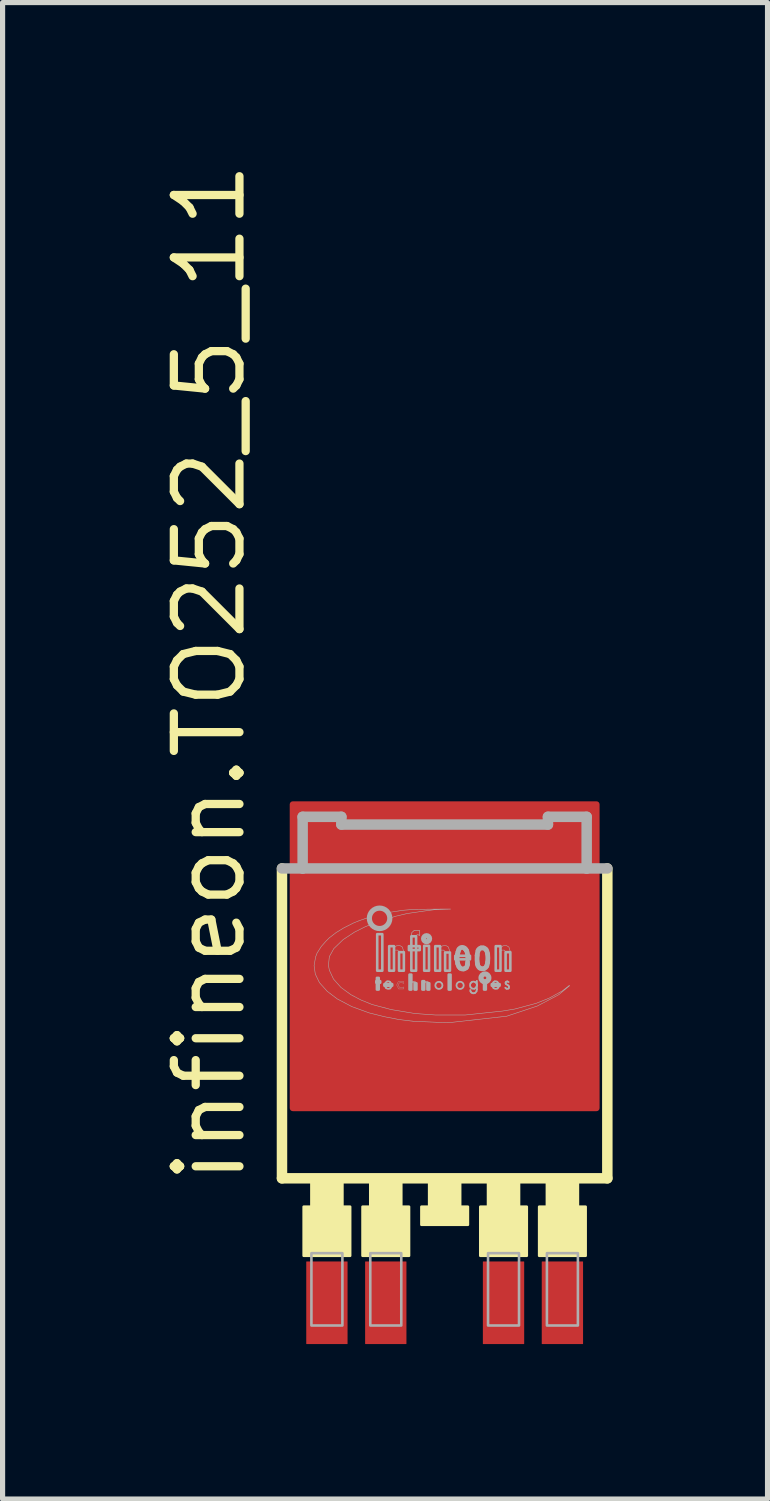
<source format=kicad_pcb>
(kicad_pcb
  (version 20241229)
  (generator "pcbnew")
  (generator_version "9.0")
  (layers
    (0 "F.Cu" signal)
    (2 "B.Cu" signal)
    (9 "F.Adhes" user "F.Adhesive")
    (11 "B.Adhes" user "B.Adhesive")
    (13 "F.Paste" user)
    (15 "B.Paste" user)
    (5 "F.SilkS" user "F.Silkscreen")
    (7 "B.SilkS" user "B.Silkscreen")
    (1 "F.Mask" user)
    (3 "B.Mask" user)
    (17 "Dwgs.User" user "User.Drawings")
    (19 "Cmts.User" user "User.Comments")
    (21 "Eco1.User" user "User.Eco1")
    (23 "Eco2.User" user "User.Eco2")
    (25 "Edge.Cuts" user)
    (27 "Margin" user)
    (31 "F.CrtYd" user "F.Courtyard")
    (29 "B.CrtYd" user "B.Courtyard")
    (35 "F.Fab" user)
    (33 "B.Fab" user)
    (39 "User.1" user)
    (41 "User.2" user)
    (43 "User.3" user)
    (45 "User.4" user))
  (footprint "infineon.TO252_5_11"
    (layer "F.Cu")
    (at 5.56 16.766)
    (property "Reference" "infineon.TO252_5_11" (at -3.81 3.175 90) (layer "F.SilkS") (effects (font (size 1.27 1.27) (thickness 0.16)) (justify left bottom)))
    (attr smd)
    (fp_line (start -3.15 3) (end -3.15 -3) (stroke (width 0.203) (type default)) (layer "F.SilkS"))
    (fp_line (start 3.15 -3) (end 3.15 3) (stroke (width 0.203) (type default)) (layer "F.SilkS"))
    (fp_line (start 3.15 3) (end -3.15 3) (stroke (width 0.203) (type default)) (layer "F.SilkS"))
    (fp_rect (start -2.73 4.5) (end -1.83 3.55) (stroke (width 0.05) (type default)) (fill yes) (layer "F.SilkS"))
    (fp_rect (start -2.58 3.85) (end -1.98 3.05) (stroke (width 0.05) (type default)) (fill yes) (layer "F.SilkS"))
    (fp_rect (start -1.59 4.5) (end -0.69 3.55) (stroke (width 0.05) (type default)) (fill yes) (layer "F.SilkS"))
    (fp_rect (start -1.44 3.85) (end -0.84 3.05) (stroke (width 0.05) (type default)) (fill yes) (layer "F.SilkS"))
    (fp_rect (start -0.45 3.9) (end 0.45 3.55) (stroke (width 0.05) (type default)) (fill yes) (layer "F.SilkS"))
    (fp_rect (start -0.3 3.85) (end 0.3 3.05) (stroke (width 0.05) (type default)) (fill yes) (layer "F.SilkS"))
    (fp_rect (start 0.69 4.5) (end 1.59 3.55) (stroke (width 0.05) (type default)) (fill yes) (layer "F.SilkS"))
    (fp_rect (start 0.84 3.85) (end 1.44 3.05) (stroke (width 0.05) (type default)) (fill yes) (layer "F.SilkS"))
    (fp_rect (start 1.83 4.5) (end 2.73 3.55) (stroke (width 0.05) (type default)) (fill yes) (layer "F.SilkS"))
    (fp_rect (start 1.98 3.85) (end 2.58 3.05) (stroke (width 0.05) (type default)) (fill yes) (layer "F.SilkS"))
    (fp_line (start -3.15 -3) (end -2.75 -3) (stroke (width 0.203) (type default)) (layer "F.Fab"))
    (fp_line (start -2.75 -4) (end -2 -4) (stroke (width 0.203) (type default)) (layer "F.Fab"))
    (fp_line (start -2.75 -3) (end -2.75 -4) (stroke (width 0.203) (type default)) (layer "F.Fab"))
    (fp_line (start -2.75 -3) (end 2.75 -3) (stroke (width 0.203) (type default)) (layer "F.Fab"))
    (fp_line (start -2 -4) (end -2 -3.85) (stroke (width 0.203) (type default)) (layer "F.Fab"))
    (fp_line (start -2 -3.85) (end 2 -3.85) (stroke (width 0.203) (type default)) (layer "F.Fab"))
    (fp_line (start -1.034 -0.753) (end -1.034 -0.759) (stroke (width 0.035) (type default)) (layer "F.Fab"))
    (fp_line (start 0.444 -1.292) (end 0.444 -1.315) (stroke (width 0.093) (type default)) (layer "F.Fab"))
    (fp_line (start 1.046 -0.753) (end 1.046 -0.759) (stroke (width 0.035) (type default)) (layer "F.Fab"))
    (fp_line (start 2 -4) (end 2.75 -4) (stroke (width 0.203) (type default)) (layer "F.Fab"))
    (fp_line (start 2 -3.85) (end 2 -4) (stroke (width 0.203) (type default)) (layer "F.Fab"))
    (fp_line (start 2.75 -4) (end 2.75 -3) (stroke (width 0.203) (type default)) (layer "F.Fab"))
    (fp_line (start 2.75 -3) (end 3.15 -3) (stroke (width 0.203) (type default)) (layer "F.Fab"))
    (fp_rect (start -2.58 5.85) (end -1.98 4.45) (stroke (width 0.05) (type default)) (fill no) (layer "F.Fab"))
    (fp_rect (start -1.44 5.85) (end -0.84 4.45) (stroke (width 0.05) (type default)) (fill no) (layer "F.Fab"))
    (fp_rect (start -1.323 -0.788) (end -1.248 -0.817) (stroke (width 0.05) (type default)) (fill no) (layer "F.Fab"))
    (fp_rect (start -1.312 -0.655) (end -1.277 -0.881) (stroke (width 0.05) (type default)) (fill no) (layer "F.Fab"))
    (fp_rect (start -1.306 -1.02) (end -1.207 -1.727) (stroke (width 0.05) (type default)) (fill no) (layer "F.Fab"))
    (fp_rect (start -1.167 -0.73) (end -1.016 -0.759) (stroke (width 0.05) (type default)) (fill no) (layer "F.Fab"))
    (fp_rect (start -1.074 -1.02) (end -0.981 -1.495) (stroke (width 0.05) (type default)) (fill no) (layer "F.Fab"))
    (fp_rect (start -0.883 -1.02) (end -0.79 -1.379) (stroke (width 0.05) (type default)) (fill no) (layer "F.Fab"))
    (fp_rect (start -0.692 -1.419) (end -0.483 -1.495) (stroke (width 0.05) (type default)) (fill no) (layer "F.Fab"))
    (fp_rect (start -0.68 -0.655) (end -0.645 -0.944) (stroke (width 0.05) (type default)) (fill no) (layer "F.Fab"))
    (fp_rect (start -0.645 -1.02) (end -0.553 -1.686) (stroke (width 0.05) (type default)) (fill no) (layer "F.Fab"))
    (fp_rect (start -0.582 -0.655) (end -0.547 -0.776) (stroke (width 0.05) (type default)) (fill no) (layer "F.Fab"))
    (fp_rect (start -0.431 -0.655) (end -0.396 -0.817) (stroke (width 0.05) (type default)) (fill no) (layer "F.Fab"))
    (fp_rect (start -0.396 -1.02) (end -0.303 -1.501) (stroke (width 0.05) (type default)) (fill no) (layer "F.Fab"))
    (fp_rect (start -0.333 -0.655) (end -0.298 -0.776) (stroke (width 0.05) (type default)) (fill no) (layer "F.Fab"))
    (fp_rect (start -0.182 -1.02) (end -0.089 -1.495) (stroke (width 0.05) (type default)) (fill no) (layer "F.Fab"))
    (fp_rect (start 0.009 -1.02) (end 0.102 -1.373) (stroke (width 0.05) (type default)) (fill no) (layer "F.Fab"))
    (fp_rect (start 0.079 -0.655) (end 0.114 -0.944) (stroke (width 0.05) (type default)) (fill no) (layer "F.Fab"))
    (fp_rect (start 0.206 -1.24) (end 0.49 -1.309) (stroke (width 0.05) (type default)) (fill no) (layer "F.Fab"))
    (fp_rect (start 0.763 -0.655) (end 0.797 -0.823) (stroke (width 0.05) (type default)) (fill no) (layer "F.Fab"))
    (fp_rect (start 0.84 5.85) (end 1.44 4.45) (stroke (width 0.05) (type default)) (fill no) (layer "F.Fab"))
    (fp_rect (start 0.913 -0.73) (end 1.064 -0.759) (stroke (width 0.05) (type default)) (fill no) (layer "F.Fab"))
    (fp_rect (start 0.989 -1.02) (end 1.081 -1.495) (stroke (width 0.05) (type default)) (fill no) (layer "F.Fab"))
    (fp_rect (start 1.18 -1.02) (end 1.272 -1.379) (stroke (width 0.05) (type default)) (fill no) (layer "F.Fab"))
    (fp_rect (start 1.98 5.85) (end 2.58 4.45) (stroke (width 0.05) (type default)) (fill no) (layer "F.Fab"))
    (fp_arc (start -1.1552 -0.759) (mid -1.141871 -0.79047) (end -1.1147 -0.8112) (stroke (width 0.0346) (type default)) (layer "F.Fab"))
    (fp_arc (start -1.1552 -0.73) (mid -1.15523 -0.7445) (end -1.1552 -0.759) (stroke (width 0.0346) (type default)) (layer "F.Fab"))
    (fp_arc (start -1.1321 -0.6837) (mid -1.148343 -0.704509) (end -1.1552 -0.73) (stroke (width 0.0346) (type default)) (layer "F.Fab"))
    (fp_arc (start -1.1147 -0.8112) (mid -1.087882 -0.814759) (end -1.0625 -0.8054) (stroke (width 0.0346) (type default)) (layer "F.Fab"))
    (fp_arc (start -1.0625 -0.8054) (mid -1.043249 -0.785191) (end -1.0336 -0.759) (stroke (width 0.0346) (type default)) (layer "F.Fab"))
    (fp_arc (start -1.0567 -0.6779) (mid -1.095304 -0.669049) (end -1.1321 -0.6837) (stroke (width 0.0346) (type default)) (layer "F.Fab"))
    (fp_arc (start -1.0336 -0.7069) (mid -1.043675 -0.691225) (end -1.0567 -0.6779) (stroke (width 0.0346) (type default)) (layer "F.Fab"))
    (fp_arc (start 0.2469 -1.3326) (mid 0.251908 -1.358876) (end 0.2585 -1.3848) (stroke (width 0.0926) (type default)) (layer "F.Fab"))
    (fp_arc (start 0.2527 -1.1588) (mid 0.241453 -1.245421) (end 0.2469 -1.3326) (stroke (width 0.0926) (type default)) (layer "F.Fab"))
    (fp_arc (start 0.2585 -1.3848) (mid 0.266268 -1.4083) (end 0.2759 -1.4311) (stroke (width 0.0926) (type default)) (layer "F.Fab"))
    (fp_arc (start 0.2759 -1.4311) (mid 0.325185 -1.470061) (end 0.386 -1.4543) (stroke (width 0.0926) (type default)) (layer "F.Fab"))
    (fp_arc (start 0.2759 -1.1009) (mid 0.262035 -1.128943) (end 0.2527 -1.1588) (stroke (width 0.0926) (type default)) (layer "F.Fab"))
    (fp_arc (start 0.2991 -1.0719) (mid 0.286496 -1.085597) (end 0.2759 -1.1009) (stroke (width 0.0926) (type default)) (layer "F.Fab"))
    (fp_arc (start 0.3686 -1.0545) (mid 0.331865 -1.055273) (end 0.2991 -1.0719) (stroke (width 0.0926) (type default)) (layer "F.Fab"))
    (fp_arc (start 0.386 -1.4543) (mid 0.397956 -1.443104) (end 0.4091 -1.4311) (stroke (width 0.0926) (type default)) (layer "F.Fab"))
    (fp_arc (start 0.4091 -1.4311) (mid 0.415442 -1.422761) (end 0.4207 -1.4137) (stroke (width 0.0926) (type default)) (layer "F.Fab"))
    (fp_arc (start 0.4193 -1.0805) (mid 0.396497 -1.062533) (end 0.3686 -1.0545) (stroke (width 0.0926) (type default)) (layer "F.Fab"))
    (fp_arc (start 0.4207 -1.4137) (mid 0.438027 -1.365799) (end 0.4439 -1.3152) (stroke (width 0.0926) (type default)) (layer "F.Fab"))
    (fp_arc (start 0.4411 -1.1381) (mid 0.434312 -1.107744) (end 0.4193 -1.0805) (stroke (width 0.0926) (type default)) (layer "F.Fab"))
    (fp_arc (start 0.4439 -1.1936) (mid 0.443489 -1.1658) (end 0.4411 -1.1381) (stroke (width 0.0926) (type default)) (layer "F.Fab"))
    (fp_arc (start 0.5019 -0.7764) (mid 0.511948 -0.789495) (end 0.525 -0.7996) (stroke (width 0.0346) (type default)) (layer "F.Fab"))
    (fp_arc (start 0.5019 -0.7011) (mid 0.491743 -0.73875) (end 0.5019 -0.7764) (stroke (width 0.0346) (type default)) (layer "F.Fab"))
    (fp_arc (start 0.5024 -0.6177) (mid 0.497822 -0.631162) (end 0.4963 -0.6453) (stroke (width 0.0346) (type default)) (layer "F.Fab"))
    (fp_arc (start 0.5192 -0.5968) (mid 0.509483 -0.606191) (end 0.5024 -0.6177) (stroke (width 0.0346) (type default)) (layer "F.Fab"))
    (fp_arc (start 0.525 -0.7996) (mid 0.5569 -0.80825) (end 0.5888 -0.7996) (stroke (width 0.0346) (type default)) (layer "F.Fab"))
    (fp_arc (start 0.525 -0.6779) (mid 0.511948 -0.688005) (end 0.5019 -0.7011) (stroke (width 0.0346) (type default)) (layer "F.Fab"))
    (fp_arc (start 0.55 -0.5834) (mid 0.533744 -0.588133) (end 0.5192 -0.5968) (stroke (width 0.0346) (type default)) (layer "F.Fab"))
    (fp_arc (start 0.5772 -0.6721) (mid 0.550482 -0.669442) (end 0.525 -0.6779) (stroke (width 0.0346) (type default)) (layer "F.Fab"))
    (fp_arc (start 0.5888 -0.7996) (mid 0.597629 -0.794067) (end 0.6061 -0.788) (stroke (width 0.0346) (type default)) (layer "F.Fab"))
    (fp_arc (start 0.5888 -0.591) (mid 0.570105 -0.583602) (end 0.55 -0.5834) (stroke (width 0.0346) (type default)) (layer "F.Fab"))
    (fp_arc (start 0.6061 -0.788) (mid 0.618825 -0.772612) (end 0.6235 -0.7532) (stroke (width 0.0346) (type default)) (layer "F.Fab"))
    (fp_arc (start 0.6119 -0.7011) (mid 0.597402 -0.683188) (end 0.5772 -0.6721) (stroke (width 0.0346) (type default)) (layer "F.Fab"))
    (fp_arc (start 0.6177 -0.6258) (mid 0.606507 -0.605695) (end 0.5888 -0.591) (stroke (width 0.0346) (type default)) (layer "F.Fab"))
    (fp_arc (start 0.6235 -0.8227) (mid 0.623817 -0.77925) (end 0.6235 -0.7358) (stroke (width 0.0346) (type default)) (layer "F.Fab"))
    (fp_arc (start 0.6235 -0.7532) (mid 0.623704 -0.70685) (end 0.6235 -0.6605) (stroke (width 0.0346) (type default)) (layer "F.Fab"))
    (fp_arc (start 0.6235 -0.7358) (mid 0.619124 -0.717974) (end 0.6119 -0.7011) (stroke (width 0.0346) (type default)) (layer "F.Fab"))
    (fp_arc (start 0.6235 -0.6605) (mid 0.621953 -0.642924) (end 0.6177 -0.6258) (stroke (width 0.0346) (type default)) (layer "F.Fab"))
    (fp_arc (start 0.6293 -1.3152) (mid 0.635705 -1.361981) (end 0.6467 -1.4079) (stroke (width 0.0926) (type default)) (layer "F.Fab"))
    (fp_arc (start 0.6351 -1.153) (mid 0.627222 -1.233922) (end 0.6293 -1.3152) (stroke (width 0.0926) (type default)) (layer "F.Fab"))
    (fp_arc (start 0.6467 -1.4079) (mid 0.668243 -1.442215) (end 0.7046 -1.4601) (stroke (width 0.0926) (type default)) (layer "F.Fab"))
    (fp_arc (start 0.6815 -1.0719) (mid 0.649864 -1.104352) (end 0.6351 -1.1472) (stroke (width 0.0926) (type default)) (layer "F.Fab"))
    (fp_arc (start 0.7046 -1.4601) (mid 0.7278 -1.462226) (end 0.751 -1.4601) (stroke (width 0.0926) (type default)) (layer "F.Fab"))
    (fp_arc (start 0.751 -1.4601) (mid 0.780642 -1.448078) (end 0.8031 -1.4253) (stroke (width 0.0926) (type default)) (layer "F.Fab"))
    (fp_arc (start 0.7568 -1.0603) (mid 0.717896 -1.05796) (end 0.6815 -1.0719) (stroke (width 0.0926) (type default)) (layer "F.Fab"))
    (fp_arc (start 0.8031 -1.4253) (mid 0.822313 -1.386435) (end 0.8321 -1.3442) (stroke (width 0.0926) (type default)) (layer "F.Fab"))
    (fp_arc (start 0.8147 -1.1124) (mid 0.791857 -1.079563) (end 0.7568 -1.0603) (stroke (width 0.0926) (type default)) (layer "F.Fab"))
    (fp_arc (start 0.8321 -1.3442) (mid 0.836656 -1.2631) (end 0.8321 -1.182) (stroke (width 0.0926) (type default)) (layer "F.Fab"))
    (fp_arc (start 0.8321 -1.182) (mid 0.82571 -1.146623) (end 0.8147 -1.1124) (stroke (width 0.0926) (type default)) (layer "F.Fab"))
    (fp_arc (start 0.9248 -0.759) (mid 0.938115 -0.79048) (end 0.9653 -0.8112) (stroke (width 0.0346) (type default)) (layer "F.Fab"))
    (fp_arc (start 0.9248 -0.73) (mid 0.92477 -0.7445) (end 0.9248 -0.759) (stroke (width 0.0346) (type default)) (layer "F.Fab"))
    (fp_arc (start 0.9479 -0.6837) (mid 0.931657 -0.704509) (end 0.9248 -0.73) (stroke (width 0.0346) (type default)) (layer "F.Fab"))
    (fp_arc (start 0.9653 -0.8112) (mid 0.992118 -0.814759) (end 1.0175 -0.8054) (stroke (width 0.0346) (type default)) (layer "F.Fab"))
    (fp_arc (start 1.0175 -0.8054) (mid 1.036751 -0.785191) (end 1.0464 -0.759) (stroke (width 0.0346) (type default)) (layer "F.Fab"))
    (fp_arc (start 1.0233 -0.6779) (mid 0.984696 -0.669049) (end 0.9479 -0.6837) (stroke (width 0.0346) (type default)) (layer "F.Fab"))
    (fp_arc (start 1.0464 -0.7069) (mid 1.036317 -0.691232) (end 1.0233 -0.6779) (stroke (width 0.0346) (type default)) (layer "F.Fab"))
    (fp_arc (start 1.1797 -0.7822) (mid 1.183114 -0.794993) (end 1.1913 -0.8054) (stroke (width 0.0346) (type default)) (layer "F.Fab"))
    (fp_arc (start 1.1913 -0.8054) (mid 1.202226 -0.810997) (end 1.2145 -0.8112) (stroke (width 0.0346) (type default)) (layer "F.Fab"))
    (fp_arc (start 1.1913 -0.759) (mid 1.182419 -0.76906) (end 1.1797 -0.7822) (stroke (width 0.0346) (type default)) (layer "F.Fab"))
    (fp_arc (start 1.1971 -0.6721) (mid 1.18494 -0.67999) (end 1.174 -0.6895) (stroke (width 0.0346) (type default)) (layer "F.Fab"))
    (fp_arc (start 1.2145 -0.8112) (mid 1.226836 -0.806871) (end 1.2377 -0.7996) (stroke (width 0.0346) (type default)) (layer "F.Fab"))
    (fp_arc (start 1.2203 -0.7416) (mid 1.205588 -0.749947) (end 1.1913 -0.759) (stroke (width 0.0346) (type default)) (layer "F.Fab"))
    (fp_arc (start 1.2203 -0.7416) (mid 1.233592 -0.731749) (end 1.2435 -0.7185) (stroke (width 0.0346) (type default)) (layer "F.Fab"))
    (fp_arc (start 1.2377 -0.6779) (mid 1.21838 -0.668139) (end 1.1971 -0.6721) (stroke (width 0.0346) (type default)) (layer "F.Fab"))
    (fp_arc (start 1.2435 -0.7185) (mid 1.24732 -0.69724) (end 1.2377 -0.6779) (stroke (width 0.0346) (type default)) (layer "F.Fab"))
    (fp_circle (center -1.26 -2.034) (end -1.062 -2.034) (stroke (width 0.1) (type default)) (fill no) (layer "F.Fab"))
    (fp_circle (center -0.35 -1.64) (end -0.292 -1.64) (stroke (width 0.1) (type default)) (fill no) (layer "F.Fab"))
    (fp_circle (center -0.112 -0.736) (end -0.043 -0.736) (stroke (width 0.035) (type default)) (fill no) (layer "F.Fab"))
    (fp_circle (center -0.106 -0.736) (end -0.037 -0.736) (stroke (width 0.012) (type default)) (fill no) (layer "F.Fab"))
    (fp_circle (center 0.299 -0.736) (end 0.369 -0.736) (stroke (width 0.035) (type default)) (fill no) (layer "F.Fab"))
    (fp_circle (center 0.78 -0.881) (end 0.806 -0.881) (stroke (width 0.1) (type default)) (fill no) (layer "F.Fab"))
    (fp_poly (pts (xy -0.553 -0.759) (xy -0.553 -0.776) (xy -0.576 -0.817) (xy -0.64 -0.805) (xy -0.651 -0.782) (xy -0.651 -0.759) (xy -0.645 -0.776) (xy -0.605 -0.8) (xy -0.576 -0.765)) (stroke (width 0.012) (type default)) (fill no) (layer "F.Fab"))
    (fp_poly (pts (xy -0.304 -0.759) (xy -0.304 -0.776) (xy -0.327 -0.817) (xy -0.391 -0.805) (xy -0.402 -0.782) (xy -0.402 -0.759) (xy -0.396 -0.776) (xy -0.356 -0.8) (xy -0.327 -0.765)) (stroke (width 0.012) (type default)) (fill no) (layer "F.Fab"))
    (fp_poly (pts (xy -1.039 -2.045) (xy -0.952 -2.074) (xy -0.732 -2.126) (xy -0.338 -2.184) (xy -0.188 -2.202) (xy 0.114 -2.213) (xy -0.083 -2.213) (xy -0.582 -2.208) (xy -0.808 -2.19) (xy -1.068 -2.15)) (stroke (width 0.01) (type default)) (fill no) (layer "F.Fab"))
    (fp_poly (pts (xy -0.558 -1.68) (xy -0.558 -1.686) (xy -0.535 -1.715) (xy -0.512 -1.715) (xy -0.483 -1.703) (xy -0.483 -1.796) (xy -0.5 -1.802) (xy -0.587 -1.802) (xy -0.634 -1.761) (xy -0.64 -1.721) (xy -0.64 -1.68)) (stroke (width 0.012) (type default)) (fill no) (layer "F.Fab"))
    (fp_poly (pts (xy -0.796 -1.373) (xy -0.796 -1.402) (xy -0.819 -1.478) (xy -0.866 -1.506) (xy -0.935 -1.501) (xy -0.981 -1.46) (xy -0.999 -1.379) (xy -0.987 -1.379) (xy -0.964 -1.419) (xy -0.912 -1.419) (xy -0.889 -1.396) (xy -0.877 -1.367)) (stroke (width 0.01) (type default)) (fill no) (layer "F.Fab"))
    (fp_poly (pts (xy 0.096 -1.373) (xy 0.096 -1.402) (xy 0.073 -1.478) (xy 0.027 -1.506) (xy -0.043 -1.501) (xy -0.089 -1.46) (xy -0.106 -1.379) (xy -0.095 -1.379) (xy -0.072 -1.419) (xy -0.02 -1.419) (xy 0.004 -1.396) (xy 0.015 -1.367)) (stroke (width 0.01) (type default)) (fill no) (layer "F.Fab"))
    (fp_poly (pts (xy 1.267 -1.373) (xy 1.267 -1.402) (xy 1.244 -1.478) (xy 1.197 -1.506) (xy 1.128 -1.501) (xy 1.081 -1.46) (xy 1.064 -1.379) (xy 1.075 -1.379) (xy 1.099 -1.419) (xy 1.151 -1.419) (xy 1.174 -1.396) (xy 1.185 -1.367)) (stroke (width 0.01) (type default)) (fill no) (layer "F.Fab"))
    (fp_poly (pts (xy -0.796 -0.771) (xy -0.796 -0.811) (xy -0.808 -0.817) (xy -0.9 -0.805) (xy -0.929 -0.742) (xy -0.889 -0.666) (xy -0.796 -0.666) (xy -0.796 -0.707) (xy -0.802 -0.701) (xy -0.871 -0.695) (xy -0.894 -0.73) (xy -0.894 -0.759) (xy -0.871 -0.788) (xy -0.831 -0.794)) (stroke (width 0.006) (type default)) (fill no) (layer "F.Fab"))
    (fp_poly (pts (xy -1.451 -1.906) (xy -1.491 -2.045) (xy -1.659 -1.987) (xy -1.758 -1.947) (xy -1.955 -1.848) (xy -2.105 -1.756) (xy -2.233 -1.657) (xy -2.302 -1.588) (xy -2.389 -1.489) (xy -2.47 -1.362) (xy -2.499 -1.286) (xy -2.528 -1.118) (xy -2.505 -0.956) (xy -2.424 -0.788) (xy -2.273 -0.62) (xy -2.082 -0.475) (xy -1.798 -0.325) (xy -1.462 -0.203) (xy -1.161 -0.128) (xy -0.889 -0.075) (xy -0.611 -0.041) (xy 0.067 -0.012) (xy 1.203 -0.139) (xy 1.794 -0.336) (xy 2.211 -0.556) (xy 2.42 -0.73) (xy 2.414 -0.736) (xy 2.275 -0.626) (xy 2.02 -0.487) (xy 1.771 -0.388) (xy 1.359 -0.278) (xy 1.116 -0.238) (xy 0.398 -0.162) (xy -0.176 -0.162) (xy -0.576 -0.191) (xy -1.034 -0.267) (xy -1.404 -0.365) (xy -1.619 -0.452) (xy -1.816 -0.556) (xy -2.007 -0.695) (xy -2.152 -0.858) (xy -2.233 -1.031) (xy -2.25 -1.124) (xy -2.233 -1.292) (xy -2.146 -1.448) (xy -1.966 -1.622) (xy -1.746 -1.767) (xy -1.538 -1.871)) (stroke (width 0.01) (type default)) (fill no) (layer "F.Fab"))
    (pad "1" smd roundrect (at -2.28 5.41) (size 0.8 1.6) (layers "F.Cu" "F.Mask" "F.Paste") (roundrect_rratio 0.01))
    (pad "2" smd roundrect (at -1.14 5.41) (size 0.8 1.6) (layers "F.Cu" "F.Mask" "F.Paste") (roundrect_rratio 0.01))
    (pad "4" smd roundrect (at 1.14 5.41) (size 0.8 1.6) (layers "F.Cu" "F.Mask" "F.Paste") (roundrect_rratio 0.01))
    (pad "5" smd roundrect (at 2.28 5.41) (size 0.8 1.6) (layers "F.Cu" "F.Mask" "F.Paste") (roundrect_rratio 0.01))
    (pad "TAB" smd roundrect (at 0 -1.3) (size 6 6) (layers "F.Cu" "F.Mask" "F.Paste") (roundrect_rratio 0.01)))
  (gr_rect
    (start -3 -3)
    (end 11.812 25.976)
    (stroke (width 0.1) (type default))
    (fill no)
    (layer "Edge.Cuts")))
</source>
